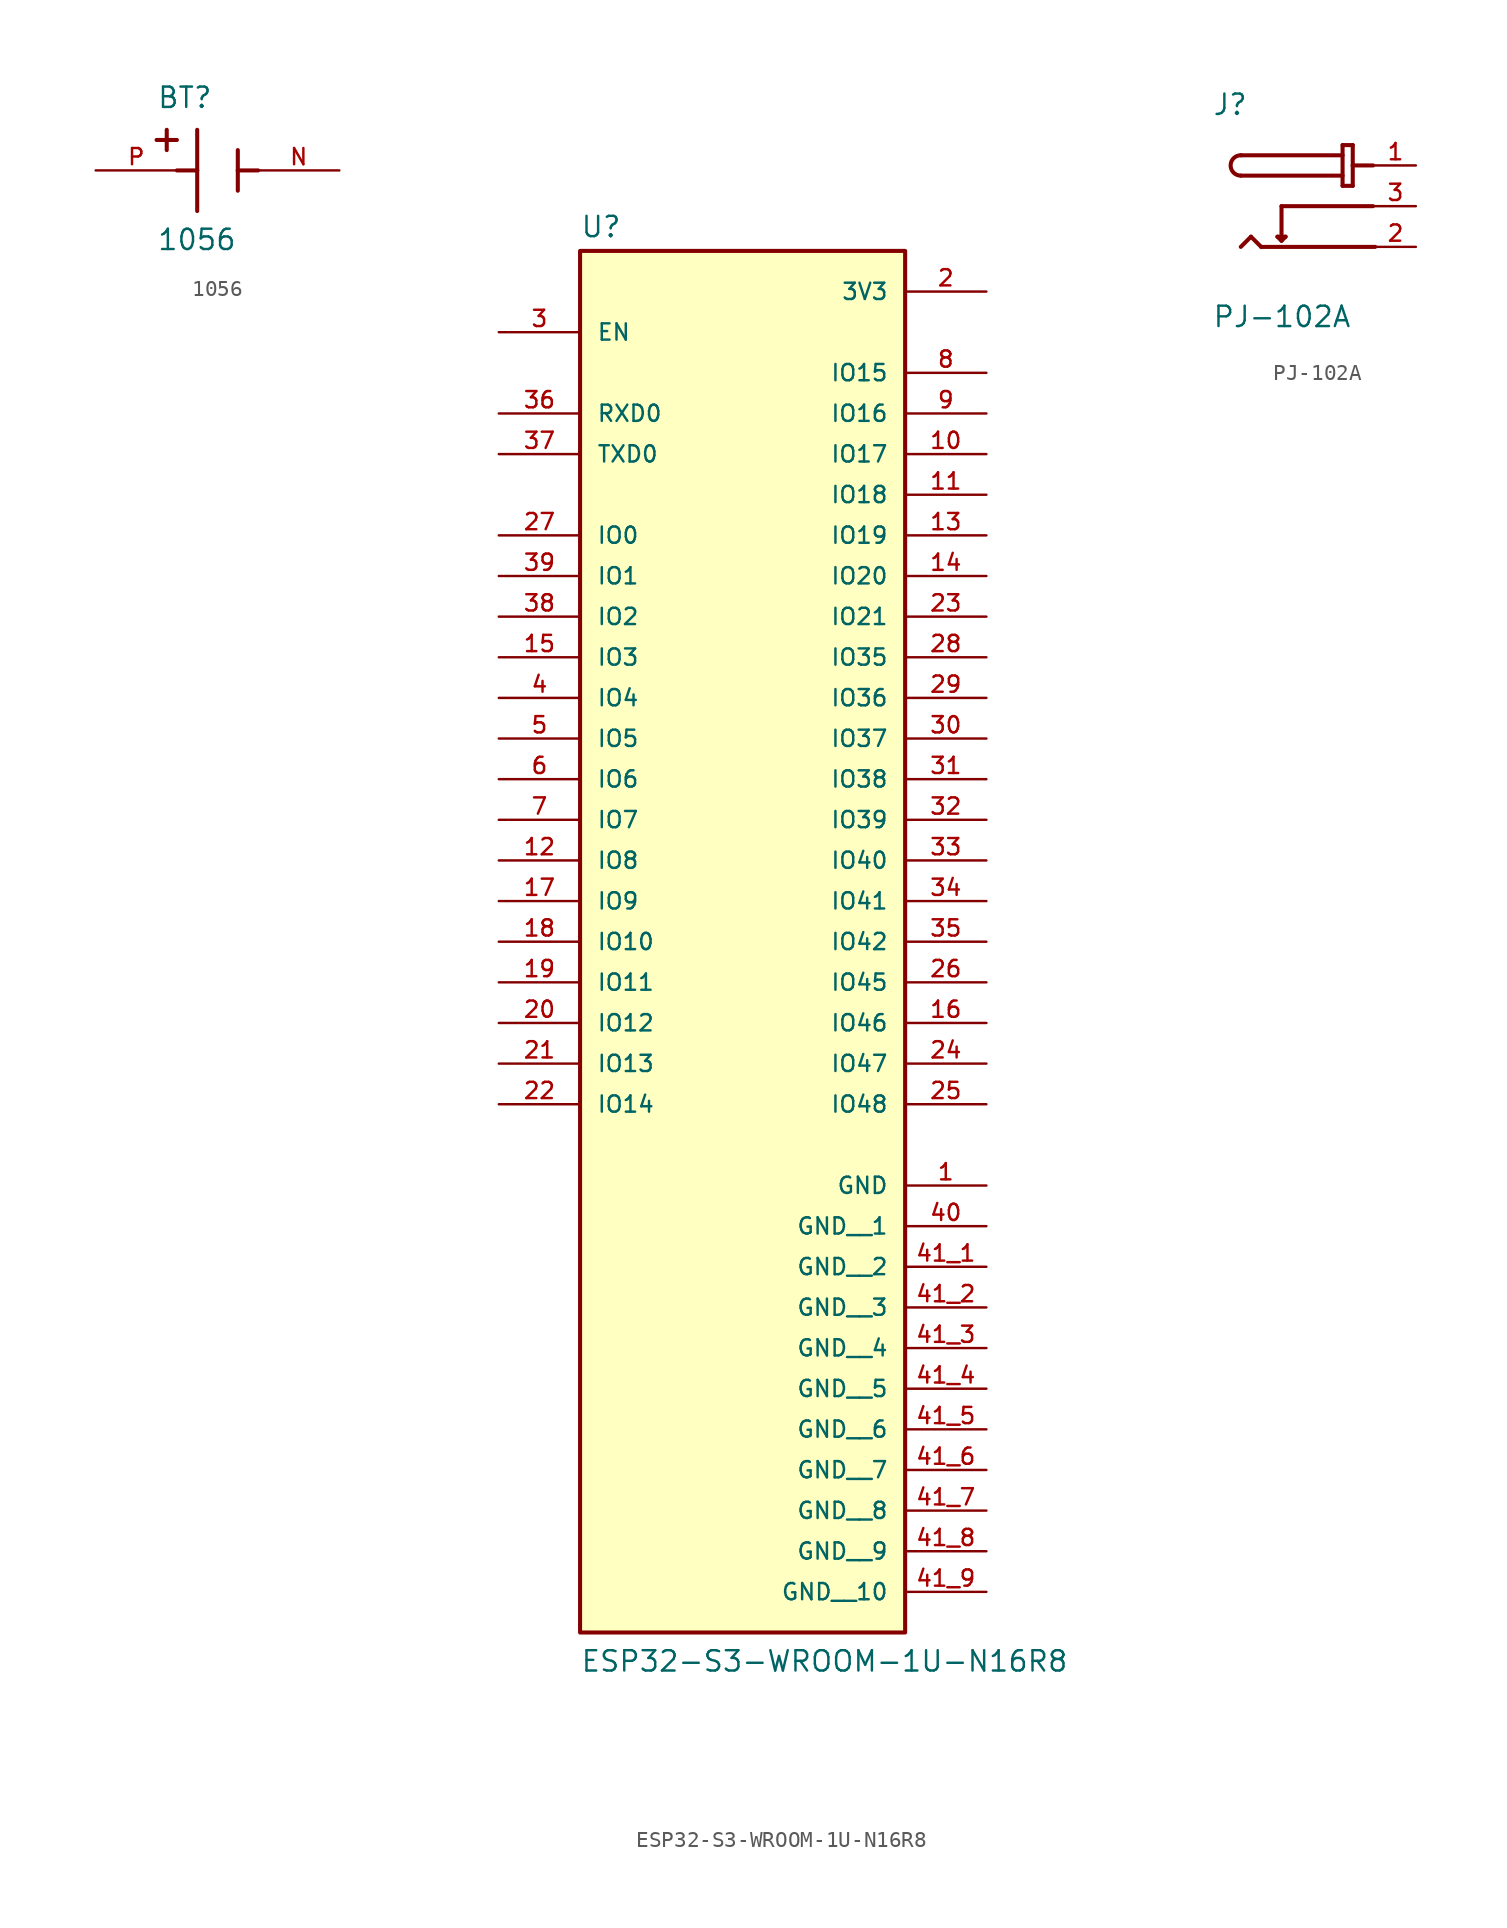
<source format=kicad_sym>
(kicad_symbol_lib
  (version 20241209)
  (generator "kicad_symbol_editor")
  (generator_version "9.0")
  (symbol "1056"
    (pin_names
      (offset 1.016))
    (property "Reference" "BT"
      (at -3.81 3.81 0)
      (effects (font (size 1.27 1.27)) (justify left bottom)))
    (property "Value" "1056"
      (at -3.81 -5.08 0)
      (effects (font (size 1.27 1.27)) (justify left bottom)))
    (symbol "1056_0_0"
      (polyline (pts (xy -3.81 1.905) (xy -2.54 1.905)) (stroke (width 0.254) (type default)) (fill (type none)))
      (polyline (pts (xy -3.175 2.54) (xy -3.175 1.27)) (stroke (width 0.254) (type default)) (fill (type none)))
      (polyline (pts (xy -1.27 2.54) (xy -1.27 0)) (stroke (width 0.254) (type default)) (fill (type none)))
      (polyline (pts (xy -1.27 0) (xy -2.54 0)) (stroke (width 0.254) (type default)) (fill (type none)))
      (polyline (pts (xy -1.27 0) (xy -1.27 -2.54)) (stroke (width 0.254) (type default)) (fill (type none)))
      (polyline (pts (xy 1.27 1.27) (xy 1.27 0)) (stroke (width 0.254) (type default)) (fill (type none)))
      (polyline (pts (xy 1.27 0) (xy 1.27 -1.27)) (stroke (width 0.254) (type default)) (fill (type none)))
      (polyline (pts (xy 1.27 0) (xy 2.54 0)) (stroke (width 0.254) (type default)) (fill (type none)))
      (pin passive line (at -7.62 0 0) (length 5.08) (name "~" (effects (font (size 1.016 1.016)))) (number "P" (effects (font (size 1.016 1.016)))))
      (pin passive line (at 7.62 0 180) (length 5.08) (name "~" (effects (font (size 1.016 1.016)))) (number "N" (effects (font (size 1.016 1.016)))))))
  (symbol "ESP32-S3-WROOM-1U-N16R8"
    (pin_names
      (offset 1.016))
    (property "Reference" "U"
      (at -10.16 31.242 0)
      (effects (font (size 1.27 1.27)) (justify left bottom)))
    (property "Value" "ESP32-S3-WROOM-1U-N16R8"
      (at -10.16 -58.42 0)
      (effects (font (size 1.27 1.27)) (justify left bottom)))
    (symbol "ESP32-S3-WROOM-1U-N16R8_0_0"
      (rectangle (start -10.16 -55.88) (end 10.16 30.48) (stroke (width 0.254) (type default)) (fill (type background)))
      (pin input line (at -15.24 25.4 0) (length 5.08) (name "EN" (effects (font (size 1.016 1.016)))) (number "3" (effects (font (size 1.016 1.016)))))
      (pin bidirectional line (at -15.24 20.32 0) (length 5.08) (name "RXD0" (effects (font (size 1.016 1.016)))) (number "36" (effects (font (size 1.016 1.016)))))
      (pin bidirectional line (at -15.24 17.78 0) (length 5.08) (name "TXD0" (effects (font (size 1.016 1.016)))) (number "37" (effects (font (size 1.016 1.016)))))
      (pin bidirectional line (at -15.24 12.7 0) (length 5.08) (name "IO0" (effects (font (size 1.016 1.016)))) (number "27" (effects (font (size 1.016 1.016)))))
      (pin bidirectional line (at -15.24 10.16 0) (length 5.08) (name "IO1" (effects (font (size 1.016 1.016)))) (number "39" (effects (font (size 1.016 1.016)))))
      (pin bidirectional line (at -15.24 7.62 0) (length 5.08) (name "IO2" (effects (font (size 1.016 1.016)))) (number "38" (effects (font (size 1.016 1.016)))))
      (pin bidirectional line (at -15.24 5.08 0) (length 5.08) (name "IO3" (effects (font (size 1.016 1.016)))) (number "15" (effects (font (size 1.016 1.016)))))
      (pin bidirectional line (at -15.24 2.54 0) (length 5.08) (name "IO4" (effects (font (size 1.016 1.016)))) (number "4" (effects (font (size 1.016 1.016)))))
      (pin bidirectional line (at -15.24 0 0) (length 5.08) (name "IO5" (effects (font (size 1.016 1.016)))) (number "5" (effects (font (size 1.016 1.016)))))
      (pin bidirectional line (at -15.24 -2.54 0) (length 5.08) (name "IO6" (effects (font (size 1.016 1.016)))) (number "6" (effects (font (size 1.016 1.016)))))
      (pin bidirectional line (at -15.24 -5.08 0) (length 5.08) (name "IO7" (effects (font (size 1.016 1.016)))) (number "7" (effects (font (size 1.016 1.016)))))
      (pin bidirectional line (at -15.24 -7.62 0) (length 5.08) (name "IO8" (effects (font (size 1.016 1.016)))) (number "12" (effects (font (size 1.016 1.016)))))
      (pin bidirectional line (at -15.24 -10.16 0) (length 5.08) (name "IO9" (effects (font (size 1.016 1.016)))) (number "17" (effects (font (size 1.016 1.016)))))
      (pin bidirectional line (at -15.24 -12.7 0) (length 5.08) (name "IO10" (effects (font (size 1.016 1.016)))) (number "18" (effects (font (size 1.016 1.016)))))
      (pin bidirectional line (at -15.24 -15.24 0) (length 5.08) (name "IO11" (effects (font (size 1.016 1.016)))) (number "19" (effects (font (size 1.016 1.016)))))
      (pin bidirectional line (at -15.24 -17.78 0) (length 5.08) (name "IO12" (effects (font (size 1.016 1.016)))) (number "20" (effects (font (size 1.016 1.016)))))
      (pin bidirectional line (at -15.24 -20.32 0) (length 5.08) (name "IO13" (effects (font (size 1.016 1.016)))) (number "21" (effects (font (size 1.016 1.016)))))
      (pin bidirectional line (at -15.24 -22.86 0) (length 5.08) (name "IO14" (effects (font (size 1.016 1.016)))) (number "22" (effects (font (size 1.016 1.016)))))
      (pin power_in line (at 15.24 27.94 180) (length 5.08) (name "3V3" (effects (font (size 1.016 1.016)))) (number "2" (effects (font (size 1.016 1.016)))))
      (pin bidirectional line (at 15.24 22.86 180) (length 5.08) (name "IO15" (effects (font (size 1.016 1.016)))) (number "8" (effects (font (size 1.016 1.016)))))
      (pin bidirectional line (at 15.24 20.32 180) (length 5.08) (name "IO16" (effects (font (size 1.016 1.016)))) (number "9" (effects (font (size 1.016 1.016)))))
      (pin bidirectional line (at 15.24 17.78 180) (length 5.08) (name "IO17" (effects (font (size 1.016 1.016)))) (number "10" (effects (font (size 1.016 1.016)))))
      (pin bidirectional line (at 15.24 15.24 180) (length 5.08) (name "IO18" (effects (font (size 1.016 1.016)))) (number "11" (effects (font (size 1.016 1.016)))))
      (pin bidirectional line (at 15.24 12.7 180) (length 5.08) (name "IO19" (effects (font (size 1.016 1.016)))) (number "13" (effects (font (size 1.016 1.016)))))
      (pin bidirectional line (at 15.24 10.16 180) (length 5.08) (name "IO20" (effects (font (size 1.016 1.016)))) (number "14" (effects (font (size 1.016 1.016)))))
      (pin bidirectional line (at 15.24 7.62 180) (length 5.08) (name "IO21" (effects (font (size 1.016 1.016)))) (number "23" (effects (font (size 1.016 1.016)))))
      (pin bidirectional line (at 15.24 5.08 180) (length 5.08) (name "IO35" (effects (font (size 1.016 1.016)))) (number "28" (effects (font (size 1.016 1.016)))))
      (pin bidirectional line (at 15.24 2.54 180) (length 5.08) (name "IO36" (effects (font (size 1.016 1.016)))) (number "29" (effects (font (size 1.016 1.016)))))
      (pin bidirectional line (at 15.24 0 180) (length 5.08) (name "IO37" (effects (font (size 1.016 1.016)))) (number "30" (effects (font (size 1.016 1.016)))))
      (pin bidirectional line (at 15.24 -2.54 180) (length 5.08) (name "IO38" (effects (font (size 1.016 1.016)))) (number "31" (effects (font (size 1.016 1.016)))))
      (pin bidirectional line (at 15.24 -5.08 180) (length 5.08) (name "IO39" (effects (font (size 1.016 1.016)))) (number "32" (effects (font (size 1.016 1.016)))))
      (pin bidirectional line (at 15.24 -7.62 180) (length 5.08) (name "IO40" (effects (font (size 1.016 1.016)))) (number "33" (effects (font (size 1.016 1.016)))))
      (pin bidirectional line (at 15.24 -10.16 180) (length 5.08) (name "IO41" (effects (font (size 1.016 1.016)))) (number "34" (effects (font (size 1.016 1.016)))))
      (pin bidirectional line (at 15.24 -12.7 180) (length 5.08) (name "IO42" (effects (font (size 1.016 1.016)))) (number "35" (effects (font (size 1.016 1.016)))))
      (pin bidirectional line (at 15.24 -15.24 180) (length 5.08) (name "IO45" (effects (font (size 1.016 1.016)))) (number "26" (effects (font (size 1.016 1.016)))))
      (pin bidirectional line (at 15.24 -17.78 180) (length 5.08) (name "IO46" (effects (font (size 1.016 1.016)))) (number "16" (effects (font (size 1.016 1.016)))))
      (pin bidirectional line (at 15.24 -20.32 180) (length 5.08) (name "IO47" (effects (font (size 1.016 1.016)))) (number "24" (effects (font (size 1.016 1.016)))))
      (pin bidirectional line (at 15.24 -22.86 180) (length 5.08) (name "IO48" (effects (font (size 1.016 1.016)))) (number "25" (effects (font (size 1.016 1.016)))))
      (pin power_in line (at 15.24 -27.94 180) (length 5.08) (name "GND" (effects (font (size 1.016 1.016)))) (number "1" (effects (font (size 1.016 1.016)))))
      (pin power_in line (at 15.24 -30.48 180) (length 5.08) (name "GND__1" (effects (font (size 1.016 1.016)))) (number "40" (effects (font (size 1.016 1.016)))))
      (pin power_in line (at 15.24 -33.02 180) (length 5.08) (name "GND__2" (effects (font (size 1.016 1.016)))) (number "41_1" (effects (font (size 1.016 1.016)))))
      (pin power_in line (at 15.24 -35.56 180) (length 5.08) (name "GND__3" (effects (font (size 1.016 1.016)))) (number "41_2" (effects (font (size 1.016 1.016)))))
      (pin power_in line (at 15.24 -38.1 180) (length 5.08) (name "GND__4" (effects (font (size 1.016 1.016)))) (number "41_3" (effects (font (size 1.016 1.016)))))
      (pin power_in line (at 15.24 -40.64 180) (length 5.08) (name "GND__5" (effects (font (size 1.016 1.016)))) (number "41_4" (effects (font (size 1.016 1.016)))))
      (pin power_in line (at 15.24 -43.18 180) (length 5.08) (name "GND__6" (effects (font (size 1.016 1.016)))) (number "41_5" (effects (font (size 1.016 1.016)))))
      (pin power_in line (at 15.24 -45.72 180) (length 5.08) (name "GND__7" (effects (font (size 1.016 1.016)))) (number "41_6" (effects (font (size 1.016 1.016)))))
      (pin power_in line (at 15.24 -48.26 180) (length 5.08) (name "GND__8" (effects (font (size 1.016 1.016)))) (number "41_7" (effects (font (size 1.016 1.016)))))
      (pin power_in line (at 15.24 -50.8 180) (length 5.08) (name "GND__9" (effects (font (size 1.016 1.016)))) (number "41_8" (effects (font (size 1.016 1.016)))))
      (pin power_in line (at 15.24 -53.34 180) (length 5.08) (name "GND__10" (effects (font (size 1.016 1.016)))) (number "41_9" (effects (font (size 1.016 1.016)))))))
  (symbol "PJ-102A"
    (pin_names
      (offset 1.016))
    (property "Reference" "J"
      (at -7.633 3.053 0)
      (effects (font (size 1.27 1.27)) (justify left bottom)))
    (property "Value" "PJ-102A"
      (at -7.636 -10.182 0)
      (effects (font (size 1.27 1.27)) (justify left bottom)))
    (symbol "PJ-102A_0_0"
      (polyline (pts (xy -5.842 0.635) (xy 0.508 0.635)) (stroke (width 0.254) (type default)) (fill (type none)))
      (polyline (pts (xy -5.842 -0.635) (xy 0.508 -0.635)) (stroke (width 0.254) (type default)) (fill (type none)))
      (arc (start -5.842 -0.635) (mid -6.4742 0) (end -5.842 0.635) (stroke (width 0.254) (type default)) (fill (type none)))
      (polyline (pts (xy -5.207 -4.445) (xy -5.842 -5.08)) (stroke (width 0.254) (type default)) (fill (type none)))
      (polyline (pts (xy -4.572 -5.08) (xy -5.207 -4.445)) (stroke (width 0.254) (type default)) (fill (type none)))
      (polyline (pts (xy -3.556 -4.445) (xy -3.302 -4.699)) (stroke (width 0.254) (type default)) (fill (type none)))
      (polyline (pts (xy -3.302 -2.54) (xy -3.302 -4.445)) (stroke (width 0.254) (type default)) (fill (type none)))
      (polyline (pts (xy -3.302 -4.699) (xy -3.048 -4.445)) (stroke (width 0.254) (type default)) (fill (type none)))
      (polyline (pts (xy -3.048 -4.445) (xy -3.556 -4.445)) (stroke (width 0.254) (type default)) (fill (type none)))
      (polyline (pts (xy 0.508 1.27) (xy 0.508 -1.27)) (stroke (width 0.254) (type default)) (fill (type none)))
      (polyline (pts (xy 0.508 -1.27) (xy 1.143 -1.27)) (stroke (width 0.254) (type default)) (fill (type none)))
      (polyline (pts (xy 1.143 1.27) (xy 0.508 1.27)) (stroke (width 0.254) (type default)) (fill (type none)))
      (polyline (pts (xy 1.143 0) (xy 1.143 1.27)) (stroke (width 0.254) (type default)) (fill (type none)))
      (polyline (pts (xy 1.143 0) (xy 2.413 0)) (stroke (width 0.254) (type default)) (fill (type none)))
      (polyline (pts (xy 1.143 -1.27) (xy 1.143 0)) (stroke (width 0.254) (type default)) (fill (type none)))
      (polyline (pts (xy 2.413 -2.54) (xy -3.302 -2.54)) (stroke (width 0.254) (type default)) (fill (type none)))
      (polyline (pts (xy 2.54 -5.08) (xy -4.572 -5.08)) (stroke (width 0.254) (type default)) (fill (type none)))
      (pin power_in line (at 5.08 0 180) (length 2.54) (name "~" (effects (font (size 1.016 1.016)))) (number "1" (effects (font (size 1.016 1.016)))))
      (pin power_in line (at 5.08 -2.54 180) (length 2.54) (name "~" (effects (font (size 1.016 1.016)))) (number "3" (effects (font (size 1.016 1.016)))))
      (pin power_in line (at 5.08 -5.08 180) (length 2.54) (name "~" (effects (font (size 1.016 1.016)))) (number "2" (effects (font (size 1.016 1.016))))))))
</source>
